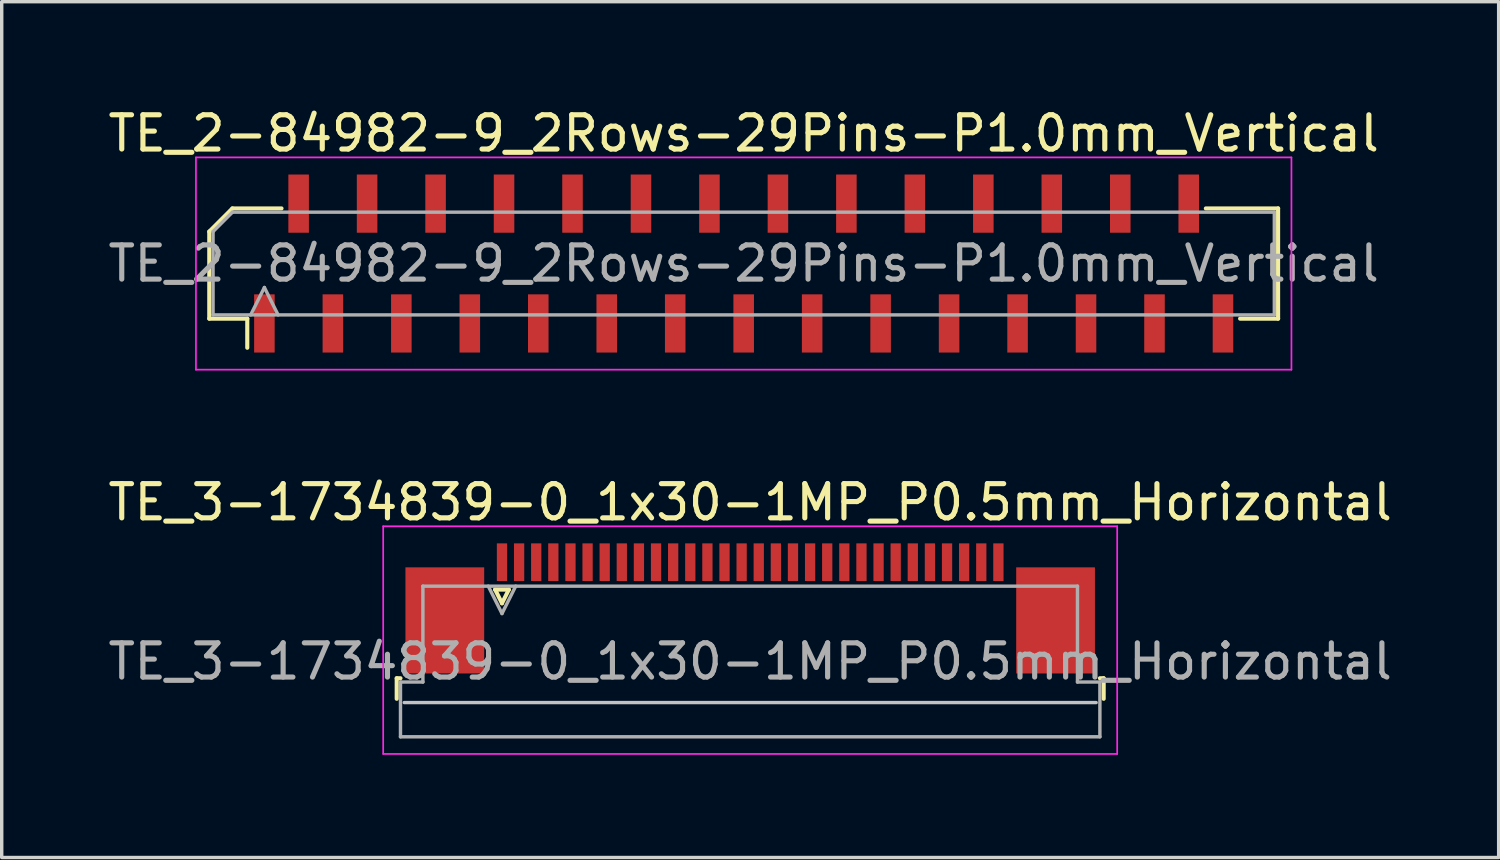
<source format=kicad_pcb>
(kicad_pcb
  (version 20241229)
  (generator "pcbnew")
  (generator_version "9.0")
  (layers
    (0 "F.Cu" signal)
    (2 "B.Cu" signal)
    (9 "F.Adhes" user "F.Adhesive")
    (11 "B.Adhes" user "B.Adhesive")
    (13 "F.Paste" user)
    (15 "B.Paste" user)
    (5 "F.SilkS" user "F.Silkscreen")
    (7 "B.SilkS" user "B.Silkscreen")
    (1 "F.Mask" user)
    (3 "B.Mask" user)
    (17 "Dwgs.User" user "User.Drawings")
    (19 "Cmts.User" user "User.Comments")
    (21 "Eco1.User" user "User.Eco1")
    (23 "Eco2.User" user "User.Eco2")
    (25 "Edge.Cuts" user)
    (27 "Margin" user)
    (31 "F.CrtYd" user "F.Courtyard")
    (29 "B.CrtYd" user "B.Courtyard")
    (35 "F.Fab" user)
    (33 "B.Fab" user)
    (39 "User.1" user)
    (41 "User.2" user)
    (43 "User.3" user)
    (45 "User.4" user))
  (footprint "TE_3-1734839-0_1x30-1MP_P0.5mm_Horizontal"
    (layer "F.Cu")
    (at 18.863 14.722)
    (property "Reference" "TE_3-1734839-0_1x30-1MP_P0.5mm_Horizontal" (at 0 -3.1 0) (layer "F.SilkS") (effects (font (size 1 1) (thickness 0.15))))
    (attr smd)
    (fp_line (start -10.325 2.04) (end -10.325 2.64) (stroke (width 0.12) (type solid)) (layer "F.SilkS"))
    (fp_line (start -10.215 2.04) (end -10.325 2.04) (stroke (width 0.12) (type solid)) (layer "F.SilkS"))
    (fp_line (start -7.45 -0.55) (end -7.25 -0.15) (stroke (width 0.12) (type solid)) (layer "F.SilkS"))
    (fp_line (start -7.25 -0.15) (end -7.05 -0.55) (stroke (width 0.12) (type solid)) (layer "F.SilkS"))
    (fp_line (start -7.05 -0.55) (end -7.45 -0.55) (stroke (width 0.12) (type solid)) (layer "F.SilkS"))
    (fp_line (start 10.215 2.04) (end 10.325 2.04) (stroke (width 0.12) (type solid)) (layer "F.SilkS"))
    (fp_line (start 10.325 2.04) (end 10.325 2.64) (stroke (width 0.12) (type solid)) (layer "F.SilkS"))
    (fp_line (start 10.105 2.75) (end -10.105 2.75) (stroke (width 0.1) (type solid)) (layer "Dwgs.User"))
    (fp_line (start -10.72 -2.4) (end -10.72 4.25) (stroke (width 0.05) (type solid)) (layer "F.CrtYd"))
    (fp_line (start -10.72 4.25) (end 10.72 4.25) (stroke (width 0.05) (type solid)) (layer "F.CrtYd"))
    (fp_line (start 10.72 -2.4) (end -10.72 -2.4) (stroke (width 0.05) (type solid)) (layer "F.CrtYd"))
    (fp_line (start 10.72 4.25) (end 10.72 -2.4) (stroke (width 0.05) (type solid)) (layer "F.CrtYd"))
    (fp_line (start -10.215 2.15) (end -9.56 2.15) (stroke (width 0.1) (type solid)) (layer "F.Fab"))
    (fp_line (start -10.215 3.75) (end -10.215 2.15) (stroke (width 0.1) (type solid)) (layer "F.Fab"))
    (fp_line (start -9.56 -0.65) (end 9.56 -0.65) (stroke (width 0.1) (type solid)) (layer "F.Fab"))
    (fp_line (start -9.56 2.15) (end -9.56 -0.65) (stroke (width 0.1) (type solid)) (layer "F.Fab"))
    (fp_line (start -7.65 -0.65) (end -7.25 0.15) (stroke (width 0.1) (type solid)) (layer "F.Fab"))
    (fp_line (start -7.25 0.15) (end -6.85 -0.65) (stroke (width 0.1) (type solid)) (layer "F.Fab"))
    (fp_line (start 9.56 -0.65) (end 9.56 2.15) (stroke (width 0.1) (type solid)) (layer "F.Fab"))
    (fp_line (start 9.56 2.15) (end 10.215 2.15) (stroke (width 0.1) (type solid)) (layer "F.Fab"))
    (fp_line (start 10.215 2.15) (end 10.215 3.75) (stroke (width 0.1) (type solid)) (layer "F.Fab"))
    (fp_line (start 10.215 3.75) (end -10.215 3.75) (stroke (width 0.1) (type solid)) (layer "F.Fab"))
    (fp_text user "${REFERENCE}" (at 0 1.55 0) (layer "F.Fab") (effects (font (size 1 1) (thickness 0.15))))
    (pad "1" smd rect (at -7.25 -1.35) (size 0.3 1.1) (layers "F.Cu" "F.Mask" "F.Paste"))
    (pad "2" smd rect (at -6.75 -1.35) (size 0.3 1.1) (layers "F.Cu" "F.Mask" "F.Paste"))
    (pad "3" smd rect (at -6.25 -1.35) (size 0.3 1.1) (layers "F.Cu" "F.Mask" "F.Paste"))
    (pad "4" smd rect (at -5.75 -1.35) (size 0.3 1.1) (layers "F.Cu" "F.Mask" "F.Paste"))
    (pad "5" smd rect (at -5.25 -1.35) (size 0.3 1.1) (layers "F.Cu" "F.Mask" "F.Paste"))
    (pad "6" smd rect (at -4.75 -1.35) (size 0.3 1.1) (layers "F.Cu" "F.Mask" "F.Paste"))
    (pad "7" smd rect (at -4.25 -1.35) (size 0.3 1.1) (layers "F.Cu" "F.Mask" "F.Paste"))
    (pad "8" smd rect (at -3.75 -1.35) (size 0.3 1.1) (layers "F.Cu" "F.Mask" "F.Paste"))
    (pad "9" smd rect (at -3.25 -1.35) (size 0.3 1.1) (layers "F.Cu" "F.Mask" "F.Paste"))
    (pad "10" smd rect (at -2.75 -1.35) (size 0.3 1.1) (layers "F.Cu" "F.Mask" "F.Paste"))
    (pad "11" smd rect (at -2.25 -1.35) (size 0.3 1.1) (layers "F.Cu" "F.Mask" "F.Paste"))
    (pad "12" smd rect (at -1.75 -1.35) (size 0.3 1.1) (layers "F.Cu" "F.Mask" "F.Paste"))
    (pad "13" smd rect (at -1.25 -1.35) (size 0.3 1.1) (layers "F.Cu" "F.Mask" "F.Paste"))
    (pad "14" smd rect (at -0.75 -1.35) (size 0.3 1.1) (layers "F.Cu" "F.Mask" "F.Paste"))
    (pad "15" smd rect (at -0.25 -1.35) (size 0.3 1.1) (layers "F.Cu" "F.Mask" "F.Paste"))
    (pad "16" smd rect (at 0.25 -1.35) (size 0.3 1.1) (layers "F.Cu" "F.Mask" "F.Paste"))
    (pad "17" smd rect (at 0.75 -1.35) (size 0.3 1.1) (layers "F.Cu" "F.Mask" "F.Paste"))
    (pad "18" smd rect (at 1.25 -1.35) (size 0.3 1.1) (layers "F.Cu" "F.Mask" "F.Paste"))
    (pad "19" smd rect (at 1.75 -1.35) (size 0.3 1.1) (layers "F.Cu" "F.Mask" "F.Paste"))
    (pad "20" smd rect (at 2.25 -1.35) (size 0.3 1.1) (layers "F.Cu" "F.Mask" "F.Paste"))
    (pad "21" smd rect (at 2.75 -1.35) (size 0.3 1.1) (layers "F.Cu" "F.Mask" "F.Paste"))
    (pad "22" smd rect (at 3.25 -1.35) (size 0.3 1.1) (layers "F.Cu" "F.Mask" "F.Paste"))
    (pad "23" smd rect (at 3.75 -1.35) (size 0.3 1.1) (layers "F.Cu" "F.Mask" "F.Paste"))
    (pad "24" smd rect (at 4.25 -1.35) (size 0.3 1.1) (layers "F.Cu" "F.Mask" "F.Paste"))
    (pad "25" smd rect (at 4.75 -1.35) (size 0.3 1.1) (layers "F.Cu" "F.Mask" "F.Paste"))
    (pad "26" smd rect (at 5.25 -1.35) (size 0.3 1.1) (layers "F.Cu" "F.Mask" "F.Paste"))
    (pad "27" smd rect (at 5.75 -1.35) (size 0.3 1.1) (layers "F.Cu" "F.Mask" "F.Paste"))
    (pad "28" smd rect (at 6.25 -1.35) (size 0.3 1.1) (layers "F.Cu" "F.Mask" "F.Paste"))
    (pad "29" smd rect (at 6.75 -1.35) (size 0.3 1.1) (layers "F.Cu" "F.Mask" "F.Paste"))
    (pad "30" smd rect (at 7.25 -1.35) (size 0.3 1.1) (layers "F.Cu" "F.Mask" "F.Paste"))
    (pad "MP" smd rect (at -8.92 0.35) (size 2.3 3.1) (layers "F.Cu" "F.Mask" "F.Paste"))
    (pad "MP" smd rect (at 8.92 0.35) (size 2.3 3.1) (layers "F.Cu" "F.Mask" "F.Paste")))
  (footprint "TE_2-84982-9_2Rows-29Pins-P1.0mm_Vertical"
    (layer "F.Cu")
    (at 18.673 4.648)
    (property "Reference" "TE_2-84982-9_2Rows-29Pins-P1.0mm_Vertical" (at 0 -3.8 0) (layer "F.SilkS") (effects (font (size 1 1) (thickness 0.15))))
    (attr smd)
    (fp_line (start -15.61 -0.934) (end -15.61 1.61) (stroke (width 0.12) (type solid)) (layer "F.SilkS"))
    (fp_line (start -15.61 1.61) (end -14.5 1.61) (stroke (width 0.12) (type solid)) (layer "F.SilkS"))
    (fp_line (start -14.934 -1.61) (end -15.61 -0.934) (stroke (width 0.12) (type solid)) (layer "F.SilkS"))
    (fp_line (start -14.5 1.61) (end -14.5 2.46) (stroke (width 0.12) (type solid)) (layer "F.SilkS"))
    (fp_line (start -13.5 -1.61) (end -14.934 -1.61) (stroke (width 0.12) (type solid)) (layer "F.SilkS"))
    (fp_line (start 14.5 1.61) (end 15.61 1.61) (stroke (width 0.12) (type solid)) (layer "F.SilkS"))
    (fp_line (start 15.61 -1.61) (end 13.5 -1.61) (stroke (width 0.12) (type solid)) (layer "F.SilkS"))
    (fp_line (start 15.61 1.61) (end 15.61 -1.61) (stroke (width 0.12) (type solid)) (layer "F.SilkS"))
    (fp_line (start -16 -3.1) (end 16 -3.1) (stroke (width 0.05) (type solid)) (layer "F.CrtYd"))
    (fp_line (start -16 3.1) (end -16 -3.1) (stroke (width 0.05) (type solid)) (layer "F.CrtYd"))
    (fp_line (start 16 -3.1) (end 16 3.1) (stroke (width 0.05) (type solid)) (layer "F.CrtYd"))
    (fp_line (start 16 3.1) (end -16 3.1) (stroke (width 0.05) (type solid)) (layer "F.CrtYd"))
    (fp_line (start -15.5 -0.934) (end -15.5 1.5) (stroke (width 0.1) (type solid)) (layer "F.Fab"))
    (fp_line (start -15.5 1.5) (end 15.5 1.5) (stroke (width 0.1) (type solid)) (layer "F.Fab"))
    (fp_line (start -14.934 -1.5) (end -15.5 -0.934) (stroke (width 0.1) (type solid)) (layer "F.Fab"))
    (fp_line (start -14.4 1.5) (end -14 0.7) (stroke (width 0.1) (type solid)) (layer "F.Fab"))
    (fp_line (start -14 0.7) (end -13.6 1.5) (stroke (width 0.1) (type solid)) (layer "F.Fab"))
    (fp_line (start 15.5 -1.5) (end -14.934 -1.5) (stroke (width 0.1) (type solid)) (layer "F.Fab"))
    (fp_line (start 15.5 1.5) (end 15.5 -1.5) (stroke (width 0.1) (type solid)) (layer "F.Fab"))
    (fp_text user "${REFERENCE}" (at 0 0 0) (layer "F.Fab") (effects (font (size 1 1) (thickness 0.15))))
    (pad "1" smd rect (at -14 1.75) (size 0.6 1.7) (layers "F.Cu" "F.Mask" "F.Paste"))
    (pad "2" smd rect (at -13 -1.75) (size 0.6 1.7) (layers "F.Cu" "F.Mask" "F.Paste"))
    (pad "3" smd rect (at -12 1.75) (size 0.6 1.7) (layers "F.Cu" "F.Mask" "F.Paste"))
    (pad "4" smd rect (at -11 -1.75) (size 0.6 1.7) (layers "F.Cu" "F.Mask" "F.Paste"))
    (pad "5" smd rect (at -10 1.75) (size 0.6 1.7) (layers "F.Cu" "F.Mask" "F.Paste"))
    (pad "6" smd rect (at -9 -1.75) (size 0.6 1.7) (layers "F.Cu" "F.Mask" "F.Paste"))
    (pad "7" smd rect (at -8 1.75) (size 0.6 1.7) (layers "F.Cu" "F.Mask" "F.Paste"))
    (pad "8" smd rect (at -7 -1.75) (size 0.6 1.7) (layers "F.Cu" "F.Mask" "F.Paste"))
    (pad "9" smd rect (at -6 1.75) (size 0.6 1.7) (layers "F.Cu" "F.Mask" "F.Paste"))
    (pad "10" smd rect (at -5 -1.75) (size 0.6 1.7) (layers "F.Cu" "F.Mask" "F.Paste"))
    (pad "11" smd rect (at -4 1.75) (size 0.6 1.7) (layers "F.Cu" "F.Mask" "F.Paste"))
    (pad "12" smd rect (at -3 -1.75) (size 0.6 1.7) (layers "F.Cu" "F.Mask" "F.Paste"))
    (pad "13" smd rect (at -2 1.75) (size 0.6 1.7) (layers "F.Cu" "F.Mask" "F.Paste"))
    (pad "14" smd rect (at -1 -1.75) (size 0.6 1.7) (layers "F.Cu" "F.Mask" "F.Paste"))
    (pad "15" smd rect (at 0 1.75) (size 0.6 1.7) (layers "F.Cu" "F.Mask" "F.Paste"))
    (pad "16" smd rect (at 1 -1.75) (size 0.6 1.7) (layers "F.Cu" "F.Mask" "F.Paste"))
    (pad "17" smd rect (at 2 1.75) (size 0.6 1.7) (layers "F.Cu" "F.Mask" "F.Paste"))
    (pad "18" smd rect (at 3 -1.75) (size 0.6 1.7) (layers "F.Cu" "F.Mask" "F.Paste"))
    (pad "19" smd rect (at 4 1.75) (size 0.6 1.7) (layers "F.Cu" "F.Mask" "F.Paste"))
    (pad "20" smd rect (at 5 -1.75) (size 0.6 1.7) (layers "F.Cu" "F.Mask" "F.Paste"))
    (pad "21" smd rect (at 6 1.75) (size 0.6 1.7) (layers "F.Cu" "F.Mask" "F.Paste"))
    (pad "22" smd rect (at 7 -1.75) (size 0.6 1.7) (layers "F.Cu" "F.Mask" "F.Paste"))
    (pad "23" smd rect (at 8 1.75) (size 0.6 1.7) (layers "F.Cu" "F.Mask" "F.Paste"))
    (pad "24" smd rect (at 9 -1.75) (size 0.6 1.7) (layers "F.Cu" "F.Mask" "F.Paste"))
    (pad "25" smd rect (at 10 1.75) (size 0.6 1.7) (layers "F.Cu" "F.Mask" "F.Paste"))
    (pad "26" smd rect (at 11 -1.75) (size 0.6 1.7) (layers "F.Cu" "F.Mask" "F.Paste"))
    (pad "27" smd rect (at 12 1.75) (size 0.6 1.7) (layers "F.Cu" "F.Mask" "F.Paste"))
    (pad "28" smd rect (at 13 -1.75) (size 0.6 1.7) (layers "F.Cu" "F.Mask" "F.Paste"))
    (pad "29" smd rect (at 14 1.75) (size 0.6 1.7) (layers "F.Cu" "F.Mask" "F.Paste")))
  (gr_rect
    (start -3 -3)
    (end 40.726 21.997)
    (stroke (width 0.1) (type default))
    (fill no)
    (layer "Edge.Cuts")))
</source>
